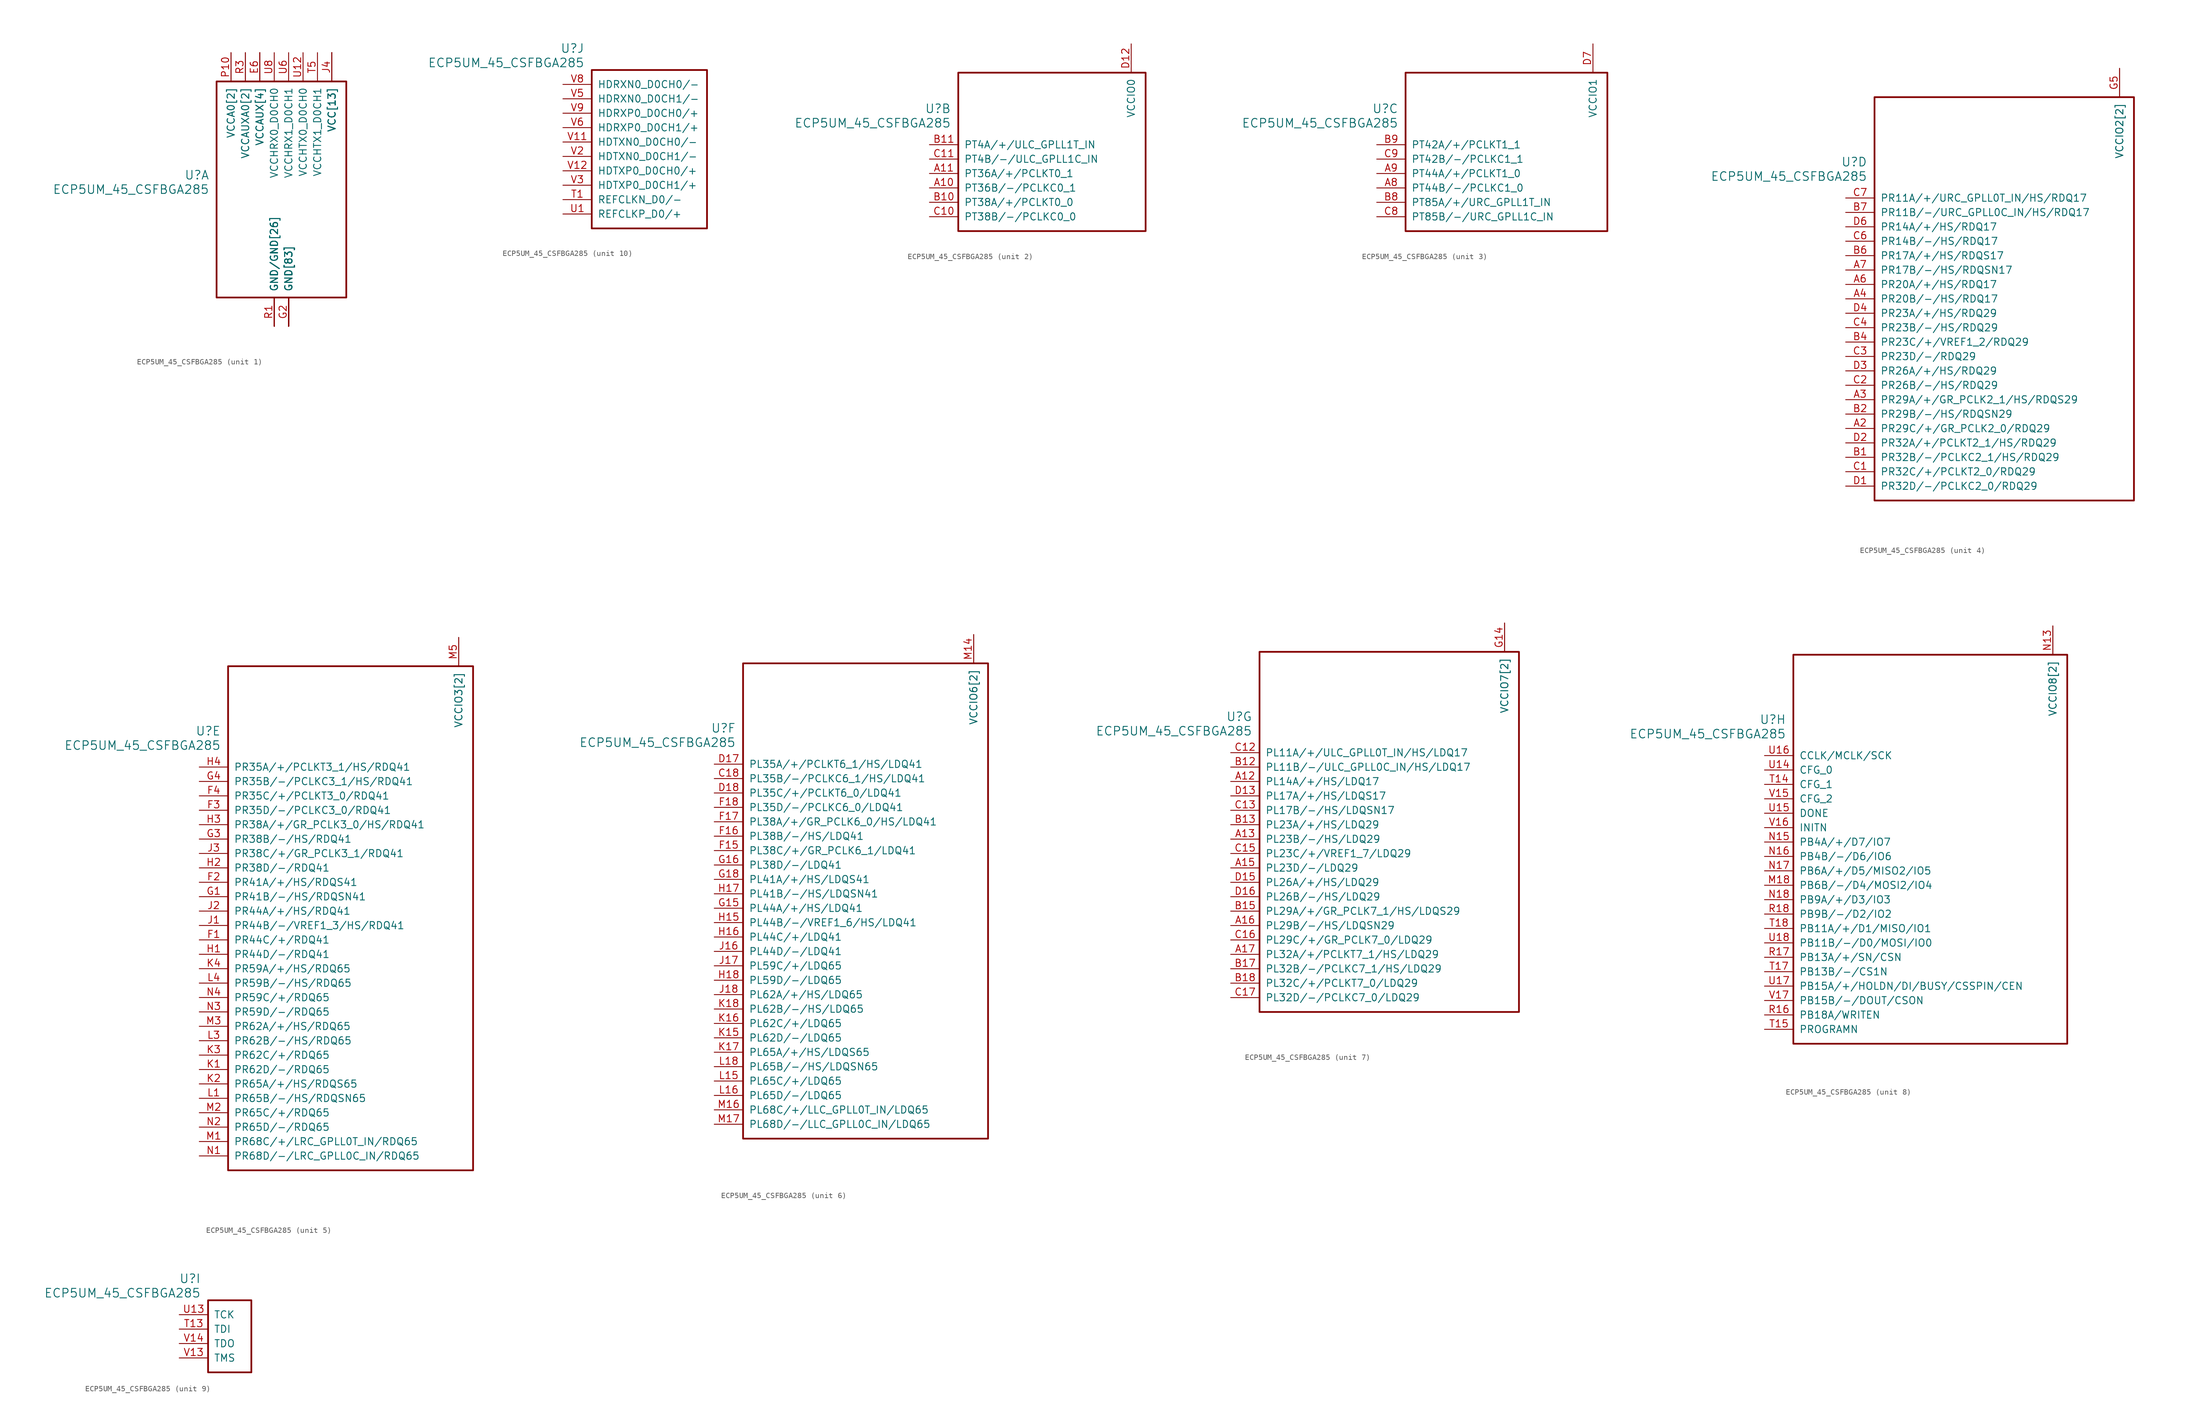
<source format=kicad_sym>
(kicad_symbol_lib
  (version 20241209)
  (generator "kicad_symbol_editor")
  (generator_version "9.0")
  (symbol "ECP5UM_45_CSFBGA285"
    (pin_names
      (offset 1.016))
    (property "Reference" "U"
      (at 3.81 6.35 0)
      (effects (font (size 1.524 1.524)) (justify right)))
    (property "Value" "ECP5UM_45_CSFBGA285"
      (at 3.81 3.81 0)
      (effects (font (size 1.524 1.524)) (justify right)))
    (property "ki_locked" ""
      (at 0 0 0)
      (effects (font (size 1.27 1.27))))
    (symbol "ECP5UM_45_CSFBGA285_1_1"
      (rectangle (start 5.08 22.86) (end 27.94 -15.24) (stroke (width 0.305) (type solid)) (fill (type none)))
      (pin power_in line (at 7.62 27.94 270) (length 5.08) (name "VCCA0[2]" (effects (font (size 1.27 1.27)))) (number "P10" (effects (font (size 1.27 1.27)))))
      (pin power_in line (at 7.62 27.94 270) (length 5.08) (name "VCCA0[2]" (effects (font (size 1.27 1.27)))) (number "R10" (effects (font (size 0 0)))))
      (pin power_in line (at 10.16 27.94 270) (length 5.08) (name "VCCAUXA0[2]" (effects (font (size 1.27 1.27)))) (number "P5" (effects (font (size 0 0)))))
      (pin power_in line (at 10.16 27.94 270) (length 5.08) (name "VCCAUXA0[2]" (effects (font (size 1.27 1.27)))) (number "R3" (effects (font (size 1.27 1.27)))))
      (pin power_in line (at 12.7 27.94 270) (length 5.08) (name "VCCAUX[4]" (effects (font (size 1.27 1.27)))) (number "E13" (effects (font (size 0 0)))))
      (pin power_in line (at 12.7 27.94 270) (length 5.08) (name "VCCAUX[4]" (effects (font (size 1.27 1.27)))) (number "E6" (effects (font (size 1.27 1.27)))))
      (pin power_in line (at 12.7 27.94 270) (length 5.08) (name "VCCAUX[4]" (effects (font (size 1.27 1.27)))) (number "N6" (effects (font (size 0 0)))))
      (pin power_in line (at 12.7 27.94 270) (length 5.08) (name "VCCAUX[4]" (effects (font (size 1.27 1.27)))) (number "P13" (effects (font (size 0 0)))))
      (pin power_in line (at 15.24 27.94 270) (length 5.08) (name "VCCHRX0_D0CH0" (effects (font (size 1.27 1.27)))) (number "U8" (effects (font (size 1.27 1.27)))))
      (pin power_in line (at 15.24 -20.32 90) (length 5.08) (name "GND/GND[26]" (effects (font (size 1.27 1.27)))) (number "P12" (effects (font (size 0 0)))))
      (pin power_in line (at 15.24 -20.32 90) (length 5.08) (name "GND/GND[26]" (effects (font (size 1.27 1.27)))) (number "P6" (effects (font (size 0 0)))))
      (pin power_in line (at 15.24 -20.32 90) (length 5.08) (name "GND/GND[26]" (effects (font (size 1.27 1.27)))) (number "P8" (effects (font (size 0 0)))))
      (pin power_in line (at 15.24 -20.32 90) (length 5.08) (name "GND/GND[26]" (effects (font (size 1.27 1.27)))) (number "R1" (effects (font (size 1.27 1.27)))))
      (pin power_in line (at 15.24 -20.32 90) (length 5.08) (name "GND/GND[26]" (effects (font (size 1.27 1.27)))) (number "R2" (effects (font (size 0 0)))))
      (pin power_in line (at 15.24 -20.32 90) (length 5.08) (name "GND/GND[26]" (effects (font (size 1.27 1.27)))) (number "T10" (effects (font (size 0 0)))))
      (pin power_in line (at 15.24 -20.32 90) (length 5.08) (name "GND/GND[26]" (effects (font (size 1.27 1.27)))) (number "T11" (effects (font (size 0 0)))))
      (pin power_in line (at 15.24 -20.32 90) (length 5.08) (name "GND/GND[26]" (effects (font (size 1.27 1.27)))) (number "T12" (effects (font (size 0 0)))))
      (pin power_in line (at 15.24 -20.32 90) (length 5.08) (name "GND/GND[26]" (effects (font (size 1.27 1.27)))) (number "T2" (effects (font (size 0 0)))))
      (pin power_in line (at 15.24 -20.32 90) (length 5.08) (name "GND/GND[26]" (effects (font (size 1.27 1.27)))) (number "T3" (effects (font (size 0 0)))))
      (pin power_in line (at 15.24 -20.32 90) (length 5.08) (name "GND/GND[26]" (effects (font (size 1.27 1.27)))) (number "T4" (effects (font (size 0 0)))))
      (pin power_in line (at 15.24 -20.32 90) (length 5.08) (name "GND/GND[26]" (effects (font (size 1.27 1.27)))) (number "T6" (effects (font (size 0 0)))))
      (pin power_in line (at 15.24 -20.32 90) (length 5.08) (name "GND/GND[26]" (effects (font (size 1.27 1.27)))) (number "T7" (effects (font (size 0 0)))))
      (pin power_in line (at 15.24 -20.32 90) (length 5.08) (name "GND/GND[26]" (effects (font (size 1.27 1.27)))) (number "T8" (effects (font (size 0 0)))))
      (pin power_in line (at 15.24 -20.32 90) (length 5.08) (name "GND/GND[26]" (effects (font (size 1.27 1.27)))) (number "T9" (effects (font (size 0 0)))))
      (pin power_in line (at 15.24 -20.32 90) (length 5.08) (name "GND/GND[26]" (effects (font (size 1.27 1.27)))) (number "U10" (effects (font (size 0 0)))))
      (pin power_in line (at 15.24 -20.32 90) (length 5.08) (name "GND/GND[26]" (effects (font (size 1.27 1.27)))) (number "U11" (effects (font (size 0 0)))))
      (pin power_in line (at 15.24 -20.32 90) (length 5.08) (name "GND/GND[26]" (effects (font (size 1.27 1.27)))) (number "U2" (effects (font (size 0 0)))))
      (pin power_in line (at 15.24 -20.32 90) (length 5.08) (name "GND/GND[26]" (effects (font (size 1.27 1.27)))) (number "U3" (effects (font (size 0 0)))))
      (pin power_in line (at 15.24 -20.32 90) (length 5.08) (name "GND/GND[26]" (effects (font (size 1.27 1.27)))) (number "U4" (effects (font (size 0 0)))))
      (pin power_in line (at 15.24 -20.32 90) (length 5.08) (name "GND/GND[26]" (effects (font (size 1.27 1.27)))) (number "U5" (effects (font (size 0 0)))))
      (pin power_in line (at 15.24 -20.32 90) (length 5.08) (name "GND/GND[26]" (effects (font (size 1.27 1.27)))) (number "U7" (effects (font (size 0 0)))))
      (pin power_in line (at 15.24 -20.32 90) (length 5.08) (name "GND/GND[26]" (effects (font (size 1.27 1.27)))) (number "U9" (effects (font (size 0 0)))))
      (pin power_in line (at 15.24 -20.32 90) (length 5.08) (name "GND/GND[26]" (effects (font (size 1.27 1.27)))) (number "V10" (effects (font (size 0 0)))))
      (pin power_in line (at 15.24 -20.32 90) (length 5.08) (name "GND/GND[26]" (effects (font (size 1.27 1.27)))) (number "V4" (effects (font (size 0 0)))))
      (pin power_in line (at 15.24 -20.32 90) (length 5.08) (name "GND/GND[26]" (effects (font (size 1.27 1.27)))) (number "V7" (effects (font (size 0 0)))))
      (pin power_in line (at 17.78 27.94 270) (length 5.08) (name "VCCHRX1_D0CH1" (effects (font (size 1.27 1.27)))) (number "U6" (effects (font (size 1.27 1.27)))))
      (pin power_in line (at 17.78 -20.32 90) (length 5.08) (name "GND[83]" (effects (font (size 1.27 1.27)))) (number "B16" (effects (font (size 0 0)))))
      (pin power_in line (at 17.78 -20.32 90) (length 5.08) (name "GND[83]" (effects (font (size 1.27 1.27)))) (number "B3" (effects (font (size 0 0)))))
      (pin power_in line (at 17.78 -20.32 90) (length 5.08) (name "GND[83]" (effects (font (size 1.27 1.27)))) (number "E10" (effects (font (size 0 0)))))
      (pin power_in line (at 17.78 -20.32 90) (length 5.08) (name "GND[83]" (effects (font (size 1.27 1.27)))) (number "E11" (effects (font (size 0 0)))))
      (pin power_in line (at 17.78 -20.32 90) (length 5.08) (name "GND[83]" (effects (font (size 1.27 1.27)))) (number "E12" (effects (font (size 0 0)))))
      (pin power_in line (at 17.78 -20.32 90) (length 5.08) (name "GND[83]" (effects (font (size 1.27 1.27)))) (number "E14" (effects (font (size 0 0)))))
      (pin power_in line (at 17.78 -20.32 90) (length 5.08) (name "GND[83]" (effects (font (size 1.27 1.27)))) (number "E5" (effects (font (size 0 0)))))
      (pin power_in line (at 17.78 -20.32 90) (length 5.08) (name "GND[83]" (effects (font (size 1.27 1.27)))) (number "E7" (effects (font (size 0 0)))))
      (pin power_in line (at 17.78 -20.32 90) (length 5.08) (name "GND[83]" (effects (font (size 1.27 1.27)))) (number "E8" (effects (font (size 0 0)))))
      (pin power_in line (at 17.78 -20.32 90) (length 5.08) (name "GND[83]" (effects (font (size 1.27 1.27)))) (number "E9" (effects (font (size 0 0)))))
      (pin power_in line (at 17.78 -20.32 90) (length 5.08) (name "GND[83]" (effects (font (size 1.27 1.27)))) (number "F10" (effects (font (size 0 0)))))
      (pin power_in line (at 17.78 -20.32 90) (length 5.08) (name "GND[83]" (effects (font (size 1.27 1.27)))) (number "F11" (effects (font (size 0 0)))))
      (pin power_in line (at 17.78 -20.32 90) (length 5.08) (name "GND[83]" (effects (font (size 1.27 1.27)))) (number "F12" (effects (font (size 0 0)))))
      (pin power_in line (at 17.78 -20.32 90) (length 5.08) (name "GND[83]" (effects (font (size 1.27 1.27)))) (number "F13" (effects (font (size 0 0)))))
      (pin power_in line (at 17.78 -20.32 90) (length 5.08) (name "GND[83]" (effects (font (size 1.27 1.27)))) (number "F14" (effects (font (size 0 0)))))
      (pin power_in line (at 17.78 -20.32 90) (length 5.08) (name "GND[83]" (effects (font (size 1.27 1.27)))) (number "F5" (effects (font (size 0 0)))))
      (pin power_in line (at 17.78 -20.32 90) (length 5.08) (name "GND[83]" (effects (font (size 1.27 1.27)))) (number "F6" (effects (font (size 0 0)))))
      (pin power_in line (at 17.78 -20.32 90) (length 5.08) (name "GND[83]" (effects (font (size 1.27 1.27)))) (number "F7" (effects (font (size 0 0)))))
      (pin power_in line (at 17.78 -20.32 90) (length 5.08) (name "GND[83]" (effects (font (size 1.27 1.27)))) (number "F8" (effects (font (size 0 0)))))
      (pin power_in line (at 17.78 -20.32 90) (length 5.08) (name "GND[83]" (effects (font (size 1.27 1.27)))) (number "F9" (effects (font (size 0 0)))))
      (pin power_in line (at 17.78 -20.32 90) (length 5.08) (name "GND[83]" (effects (font (size 1.27 1.27)))) (number "G10" (effects (font (size 0 0)))))
      (pin power_in line (at 17.78 -20.32 90) (length 5.08) (name "GND[83]" (effects (font (size 1.27 1.27)))) (number "G11" (effects (font (size 0 0)))))
      (pin power_in line (at 17.78 -20.32 90) (length 5.08) (name "GND[83]" (effects (font (size 1.27 1.27)))) (number "G12" (effects (font (size 0 0)))))
      (pin power_in line (at 17.78 -20.32 90) (length 5.08) (name "GND[83]" (effects (font (size 1.27 1.27)))) (number "G13" (effects (font (size 0 0)))))
      (pin power_in line (at 17.78 -20.32 90) (length 5.08) (name "GND[83]" (effects (font (size 1.27 1.27)))) (number "G17" (effects (font (size 0 0)))))
      (pin power_in line (at 17.78 -20.32 90) (length 5.08) (name "GND[83]" (effects (font (size 1.27 1.27)))) (number "G2" (effects (font (size 1.27 1.27)))))
      (pin power_in line (at 17.78 -20.32 90) (length 5.08) (name "GND[83]" (effects (font (size 1.27 1.27)))) (number "G6" (effects (font (size 0 0)))))
      (pin power_in line (at 17.78 -20.32 90) (length 5.08) (name "GND[83]" (effects (font (size 1.27 1.27)))) (number "G7" (effects (font (size 0 0)))))
      (pin power_in line (at 17.78 -20.32 90) (length 5.08) (name "GND[83]" (effects (font (size 1.27 1.27)))) (number "G8" (effects (font (size 0 0)))))
      (pin power_in line (at 17.78 -20.32 90) (length 5.08) (name "GND[83]" (effects (font (size 1.27 1.27)))) (number "G9" (effects (font (size 0 0)))))
      (pin power_in line (at 17.78 -20.32 90) (length 5.08) (name "GND[83]" (effects (font (size 1.27 1.27)))) (number "H10" (effects (font (size 0 0)))))
      (pin power_in line (at 17.78 -20.32 90) (length 5.08) (name "GND[83]" (effects (font (size 1.27 1.27)))) (number "H11" (effects (font (size 0 0)))))
      (pin power_in line (at 17.78 -20.32 90) (length 5.08) (name "GND[83]" (effects (font (size 1.27 1.27)))) (number "H12" (effects (font (size 0 0)))))
      (pin power_in line (at 17.78 -20.32 90) (length 5.08) (name "GND[83]" (effects (font (size 1.27 1.27)))) (number "H13" (effects (font (size 0 0)))))
      (pin power_in line (at 17.78 -20.32 90) (length 5.08) (name "GND[83]" (effects (font (size 1.27 1.27)))) (number "H6" (effects (font (size 0 0)))))
      (pin power_in line (at 17.78 -20.32 90) (length 5.08) (name "GND[83]" (effects (font (size 1.27 1.27)))) (number "H7" (effects (font (size 0 0)))))
      (pin power_in line (at 17.78 -20.32 90) (length 5.08) (name "GND[83]" (effects (font (size 1.27 1.27)))) (number "H8" (effects (font (size 0 0)))))
      (pin power_in line (at 17.78 -20.32 90) (length 5.08) (name "GND[83]" (effects (font (size 1.27 1.27)))) (number "H9" (effects (font (size 0 0)))))
      (pin power_in line (at 17.78 -20.32 90) (length 5.08) (name "GND[83]" (effects (font (size 1.27 1.27)))) (number "J10" (effects (font (size 0 0)))))
      (pin power_in line (at 17.78 -20.32 90) (length 5.08) (name "GND[83]" (effects (font (size 1.27 1.27)))) (number "J11" (effects (font (size 0 0)))))
      (pin power_in line (at 17.78 -20.32 90) (length 5.08) (name "GND[83]" (effects (font (size 1.27 1.27)))) (number "J12" (effects (font (size 0 0)))))
      (pin power_in line (at 17.78 -20.32 90) (length 5.08) (name "GND[83]" (effects (font (size 1.27 1.27)))) (number "J13" (effects (font (size 0 0)))))
      (pin power_in line (at 17.78 -20.32 90) (length 5.08) (name "GND[83]" (effects (font (size 1.27 1.27)))) (number "J6" (effects (font (size 0 0)))))
      (pin power_in line (at 17.78 -20.32 90) (length 5.08) (name "GND[83]" (effects (font (size 1.27 1.27)))) (number "J7" (effects (font (size 0 0)))))
      (pin power_in line (at 17.78 -20.32 90) (length 5.08) (name "GND[83]" (effects (font (size 1.27 1.27)))) (number "J8" (effects (font (size 0 0)))))
      (pin power_in line (at 17.78 -20.32 90) (length 5.08) (name "GND[83]" (effects (font (size 1.27 1.27)))) (number "J9" (effects (font (size 0 0)))))
      (pin power_in line (at 17.78 -20.32 90) (length 5.08) (name "GND[83]" (effects (font (size 1.27 1.27)))) (number "K10" (effects (font (size 0 0)))))
      (pin power_in line (at 17.78 -20.32 90) (length 5.08) (name "GND[83]" (effects (font (size 1.27 1.27)))) (number "K11" (effects (font (size 0 0)))))
      (pin power_in line (at 17.78 -20.32 90) (length 5.08) (name "GND[83]" (effects (font (size 1.27 1.27)))) (number "K12" (effects (font (size 0 0)))))
      (pin power_in line (at 17.78 -20.32 90) (length 5.08) (name "GND[83]" (effects (font (size 1.27 1.27)))) (number "K13" (effects (font (size 0 0)))))
      (pin power_in line (at 17.78 -20.32 90) (length 5.08) (name "GND[83]" (effects (font (size 1.27 1.27)))) (number "K14" (effects (font (size 0 0)))))
      (pin power_in line (at 17.78 -20.32 90) (length 5.08) (name "GND[83]" (effects (font (size 1.27 1.27)))) (number "K5" (effects (font (size 0 0)))))
      (pin power_in line (at 17.78 -20.32 90) (length 5.08) (name "GND[83]" (effects (font (size 1.27 1.27)))) (number "K6" (effects (font (size 0 0)))))
      (pin power_in line (at 17.78 -20.32 90) (length 5.08) (name "GND[83]" (effects (font (size 1.27 1.27)))) (number "K7" (effects (font (size 0 0)))))
      (pin power_in line (at 17.78 -20.32 90) (length 5.08) (name "GND[83]" (effects (font (size 1.27 1.27)))) (number "K8" (effects (font (size 0 0)))))
      (pin power_in line (at 17.78 -20.32 90) (length 5.08) (name "GND[83]" (effects (font (size 1.27 1.27)))) (number "K9" (effects (font (size 0 0)))))
      (pin power_in line (at 17.78 -20.32 90) (length 5.08) (name "GND[83]" (effects (font (size 1.27 1.27)))) (number "L10" (effects (font (size 0 0)))))
      (pin power_in line (at 17.78 -20.32 90) (length 5.08) (name "GND[83]" (effects (font (size 1.27 1.27)))) (number "L11" (effects (font (size 0 0)))))
      (pin power_in line (at 17.78 -20.32 90) (length 5.08) (name "GND[83]" (effects (font (size 1.27 1.27)))) (number "L12" (effects (font (size 0 0)))))
      (pin power_in line (at 17.78 -20.32 90) (length 5.08) (name "GND[83]" (effects (font (size 1.27 1.27)))) (number "L13" (effects (font (size 0 0)))))
      (pin power_in line (at 17.78 -20.32 90) (length 5.08) (name "GND[83]" (effects (font (size 1.27 1.27)))) (number "L14" (effects (font (size 0 0)))))
      (pin power_in line (at 17.78 -20.32 90) (length 5.08) (name "GND[83]" (effects (font (size 1.27 1.27)))) (number "L17" (effects (font (size 0 0)))))
      (pin power_in line (at 17.78 -20.32 90) (length 5.08) (name "GND[83]" (effects (font (size 1.27 1.27)))) (number "L2" (effects (font (size 0 0)))))
      (pin power_in line (at 17.78 -20.32 90) (length 5.08) (name "GND[83]" (effects (font (size 1.27 1.27)))) (number "L5" (effects (font (size 0 0)))))
      (pin power_in line (at 17.78 -20.32 90) (length 5.08) (name "GND[83]" (effects (font (size 1.27 1.27)))) (number "L6" (effects (font (size 0 0)))))
      (pin power_in line (at 17.78 -20.32 90) (length 5.08) (name "GND[83]" (effects (font (size 1.27 1.27)))) (number "L7" (effects (font (size 0 0)))))
      (pin power_in line (at 17.78 -20.32 90) (length 5.08) (name "GND[83]" (effects (font (size 1.27 1.27)))) (number "L8" (effects (font (size 0 0)))))
      (pin power_in line (at 17.78 -20.32 90) (length 5.08) (name "GND[83]" (effects (font (size 1.27 1.27)))) (number "L9" (effects (font (size 0 0)))))
      (pin power_in line (at 17.78 -20.32 90) (length 5.08) (name "GND[83]" (effects (font (size 1.27 1.27)))) (number "M10" (effects (font (size 0 0)))))
      (pin power_in line (at 17.78 -20.32 90) (length 5.08) (name "GND[83]" (effects (font (size 1.27 1.27)))) (number "M11" (effects (font (size 0 0)))))
      (pin power_in line (at 17.78 -20.32 90) (length 5.08) (name "GND[83]" (effects (font (size 1.27 1.27)))) (number "M12" (effects (font (size 0 0)))))
      (pin power_in line (at 17.78 -20.32 90) (length 5.08) (name "GND[83]" (effects (font (size 1.27 1.27)))) (number "M13" (effects (font (size 0 0)))))
      (pin power_in line (at 17.78 -20.32 90) (length 5.08) (name "GND[83]" (effects (font (size 1.27 1.27)))) (number "M6" (effects (font (size 0 0)))))
      (pin power_in line (at 17.78 -20.32 90) (length 5.08) (name "GND[83]" (effects (font (size 1.27 1.27)))) (number "M7" (effects (font (size 0 0)))))
      (pin power_in line (at 17.78 -20.32 90) (length 5.08) (name "GND[83]" (effects (font (size 1.27 1.27)))) (number "M8" (effects (font (size 0 0)))))
      (pin power_in line (at 17.78 -20.32 90) (length 5.08) (name "GND[83]" (effects (font (size 1.27 1.27)))) (number "M9" (effects (font (size 0 0)))))
      (pin power_in line (at 17.78 -20.32 90) (length 5.08) (name "GND[83]" (effects (font (size 1.27 1.27)))) (number "N10" (effects (font (size 0 0)))))
      (pin power_in line (at 17.78 -20.32 90) (length 5.08) (name "GND[83]" (effects (font (size 1.27 1.27)))) (number "N11" (effects (font (size 0 0)))))
      (pin power_in line (at 17.78 -20.32 90) (length 5.08) (name "GND[83]" (effects (font (size 1.27 1.27)))) (number "N12" (effects (font (size 0 0)))))
      (pin power_in line (at 17.78 -20.32 90) (length 5.08) (name "GND[83]" (effects (font (size 1.27 1.27)))) (number "N7" (effects (font (size 0 0)))))
      (pin power_in line (at 17.78 -20.32 90) (length 5.08) (name "GND[83]" (effects (font (size 1.27 1.27)))) (number "N8" (effects (font (size 0 0)))))
      (pin power_in line (at 17.78 -20.32 90) (length 5.08) (name "GND[83]" (effects (font (size 1.27 1.27)))) (number "N9" (effects (font (size 0 0)))))
      (pin power_in line (at 17.78 -20.32 90) (length 5.08) (name "GND[83]" (effects (font (size 1.27 1.27)))) (number "T16" (effects (font (size 0 0)))))
      (pin power_in line (at 20.32 27.94 270) (length 5.08) (name "VCCHTX0_D0CH0" (effects (font (size 1.27 1.27)))) (number "U12" (effects (font (size 1.27 1.27)))))
      (pin power_in line (at 22.86 27.94 270) (length 5.08) (name "VCCHTX1_D0CH1" (effects (font (size 1.27 1.27)))) (number "T5" (effects (font (size 1.27 1.27)))))
      (pin power_in line (at 25.4 27.94 270) (length 5.08) (name "VCC[13]" (effects (font (size 1.27 1.27)))) (number "D10" (effects (font (size 0 0)))))
      (pin power_in line (at 25.4 27.94 270) (length 5.08) (name "VCC[13]" (effects (font (size 1.27 1.27)))) (number "D11" (effects (font (size 0 0)))))
      (pin power_in line (at 25.4 27.94 270) (length 5.08) (name "VCC[13]" (effects (font (size 1.27 1.27)))) (number "D8" (effects (font (size 0 0)))))
      (pin power_in line (at 25.4 27.94 270) (length 5.08) (name "VCC[13]" (effects (font (size 1.27 1.27)))) (number "D9" (effects (font (size 0 0)))))
      (pin power_in line (at 25.4 27.94 270) (length 5.08) (name "VCC[13]" (effects (font (size 1.27 1.27)))) (number "J14" (effects (font (size 0 0)))))
      (pin power_in line (at 25.4 27.94 270) (length 5.08) (name "VCC[13]" (effects (font (size 1.27 1.27)))) (number "J15" (effects (font (size 0 0)))))
      (pin power_in line (at 25.4 27.94 270) (length 5.08) (name "VCC[13]" (effects (font (size 1.27 1.27)))) (number "J4" (effects (font (size 1.27 1.27)))))
      (pin power_in line (at 25.4 27.94 270) (length 5.08) (name "VCC[13]" (effects (font (size 1.27 1.27)))) (number "J5" (effects (font (size 0 0)))))
      (pin power_in line (at 25.4 27.94 270) (length 5.08) (name "VCC[13]" (effects (font (size 1.27 1.27)))) (number "M15" (effects (font (size 0 0)))))
      (pin power_in line (at 25.4 27.94 270) (length 5.08) (name "VCC[13]" (effects (font (size 1.27 1.27)))) (number "M4" (effects (font (size 0 0)))))
      (pin power_in line (at 25.4 27.94 270) (length 5.08) (name "VCC[13]" (effects (font (size 1.27 1.27)))) (number "P11" (effects (font (size 0 0)))))
      (pin power_in line (at 25.4 27.94 270) (length 5.08) (name "VCC[13]" (effects (font (size 1.27 1.27)))) (number "P7" (effects (font (size 0 0)))))
      (pin power_in line (at 25.4 27.94 270) (length 5.08) (name "VCC[13]" (effects (font (size 1.27 1.27)))) (number "P9" (effects (font (size 0 0))))))
    (symbol "ECP5UM_45_CSFBGA285_2_1"
      (rectangle (start 5.08 12.7) (end 38.1 -15.24) (stroke (width 0.305) (type solid)) (fill (type none)))
      (pin bidirectional line (at 0 0 0) (length 5.08) (name "PT4A/+/ULC_GPLL1T_IN" (effects (font (size 1.27 1.27)))) (number "B11" (effects (font (size 1.27 1.27)))))
      (pin bidirectional line (at 0 -2.54 0) (length 5.08) (name "PT4B/-/ULC_GPLL1C_IN" (effects (font (size 1.27 1.27)))) (number "C11" (effects (font (size 1.27 1.27)))))
      (pin bidirectional line (at 0 -5.08 0) (length 5.08) (name "PT36A/+/PCLKT0_1" (effects (font (size 1.27 1.27)))) (number "A11" (effects (font (size 1.27 1.27)))))
      (pin bidirectional line (at 0 -7.62 0) (length 5.08) (name "PT36B/-/PCLKC0_1" (effects (font (size 1.27 1.27)))) (number "A10" (effects (font (size 1.27 1.27)))))
      (pin bidirectional line (at 0 -10.16 0) (length 5.08) (name "PT38A/+/PCLKT0_0" (effects (font (size 1.27 1.27)))) (number "B10" (effects (font (size 1.27 1.27)))))
      (pin bidirectional line (at 0 -12.7 0) (length 5.08) (name "PT38B/-/PCLKC0_0" (effects (font (size 1.27 1.27)))) (number "C10" (effects (font (size 1.27 1.27)))))
      (pin power_in line (at 35.56 17.78 270) (length 5.08) (name "VCCIO0" (effects (font (size 1.27 1.27)))) (number "D12" (effects (font (size 1.27 1.27))))))
    (symbol "ECP5UM_45_CSFBGA285_3_1"
      (rectangle (start 5.08 12.7) (end 40.64 -15.24) (stroke (width 0.305) (type solid)) (fill (type none)))
      (pin bidirectional line (at 0 0 0) (length 5.08) (name "PT42A/+/PCLKT1_1" (effects (font (size 1.27 1.27)))) (number "B9" (effects (font (size 1.27 1.27)))))
      (pin bidirectional line (at 0 -2.54 0) (length 5.08) (name "PT42B/-/PCLKC1_1" (effects (font (size 1.27 1.27)))) (number "C9" (effects (font (size 1.27 1.27)))))
      (pin bidirectional line (at 0 -5.08 0) (length 5.08) (name "PT44A/+/PCLKT1_0" (effects (font (size 1.27 1.27)))) (number "A9" (effects (font (size 1.27 1.27)))))
      (pin bidirectional line (at 0 -7.62 0) (length 5.08) (name "PT44B/-/PCLKC1_0" (effects (font (size 1.27 1.27)))) (number "A8" (effects (font (size 1.27 1.27)))))
      (pin bidirectional line (at 0 -10.16 0) (length 5.08) (name "PT85A/+/URC_GPLL1T_IN" (effects (font (size 1.27 1.27)))) (number "B8" (effects (font (size 1.27 1.27)))))
      (pin bidirectional line (at 0 -12.7 0) (length 5.08) (name "PT85B/-/URC_GPLL1C_IN" (effects (font (size 1.27 1.27)))) (number "C8" (effects (font (size 1.27 1.27)))))
      (pin power_in line (at 38.1 17.78 270) (length 5.08) (name "VCCIO1" (effects (font (size 1.27 1.27)))) (number "D7" (effects (font (size 1.27 1.27))))))
    (symbol "ECP5UM_45_CSFBGA285_4_1"
      (rectangle (start 5.08 17.78) (end 50.8 -53.34) (stroke (width 0.305) (type solid)) (fill (type none)))
      (pin bidirectional line (at 0 0 0) (length 5.08) (name "PR11A/+/URC_GPLL0T_IN/HS/RDQ17" (effects (font (size 1.27 1.27)))) (number "C7" (effects (font (size 1.27 1.27)))))
      (pin bidirectional line (at 0 -2.54 0) (length 5.08) (name "PR11B/-/URC_GPLL0C_IN/HS/RDQ17" (effects (font (size 1.27 1.27)))) (number "B7" (effects (font (size 1.27 1.27)))))
      (pin bidirectional line (at 0 -5.08 0) (length 5.08) (name "PR14A/+/HS/RDQ17" (effects (font (size 1.27 1.27)))) (number "D6" (effects (font (size 1.27 1.27)))))
      (pin bidirectional line (at 0 -7.62 0) (length 5.08) (name "PR14B/-/HS/RDQ17" (effects (font (size 1.27 1.27)))) (number "C6" (effects (font (size 1.27 1.27)))))
      (pin bidirectional line (at 0 -10.16 0) (length 5.08) (name "PR17A/+/HS/RDQS17" (effects (font (size 1.27 1.27)))) (number "B6" (effects (font (size 1.27 1.27)))))
      (pin bidirectional line (at 0 -12.7 0) (length 5.08) (name "PR17B/-/HS/RDQSN17" (effects (font (size 1.27 1.27)))) (number "A7" (effects (font (size 1.27 1.27)))))
      (pin bidirectional line (at 0 -15.24 0) (length 5.08) (name "PR20A/+/HS/RDQ17" (effects (font (size 1.27 1.27)))) (number "A6" (effects (font (size 1.27 1.27)))))
      (pin bidirectional line (at 0 -17.78 0) (length 5.08) (name "PR20B/-/HS/RDQ17" (effects (font (size 1.27 1.27)))) (number "A4" (effects (font (size 1.27 1.27)))))
      (pin bidirectional line (at 0 -20.32 0) (length 5.08) (name "PR23A/+/HS/RDQ29" (effects (font (size 1.27 1.27)))) (number "D4" (effects (font (size 1.27 1.27)))))
      (pin bidirectional line (at 0 -22.86 0) (length 5.08) (name "PR23B/-/HS/RDQ29" (effects (font (size 1.27 1.27)))) (number "C4" (effects (font (size 1.27 1.27)))))
      (pin bidirectional line (at 0 -25.4 0) (length 5.08) (name "PR23C/+/VREF1_2/RDQ29" (effects (font (size 1.27 1.27)))) (number "B4" (effects (font (size 1.27 1.27)))))
      (pin bidirectional line (at 0 -27.94 0) (length 5.08) (name "PR23D/-/RDQ29" (effects (font (size 1.27 1.27)))) (number "C3" (effects (font (size 1.27 1.27)))))
      (pin bidirectional line (at 0 -30.48 0) (length 5.08) (name "PR26A/+/HS/RDQ29" (effects (font (size 1.27 1.27)))) (number "D3" (effects (font (size 1.27 1.27)))))
      (pin bidirectional line (at 0 -33.02 0) (length 5.08) (name "PR26B/-/HS/RDQ29" (effects (font (size 1.27 1.27)))) (number "C2" (effects (font (size 1.27 1.27)))))
      (pin bidirectional line (at 0 -35.56 0) (length 5.08) (name "PR29A/+/GR_PCLK2_1/HS/RDQS29" (effects (font (size 1.27 1.27)))) (number "A3" (effects (font (size 1.27 1.27)))))
      (pin bidirectional line (at 0 -38.1 0) (length 5.08) (name "PR29B/-/HS/RDQSN29" (effects (font (size 1.27 1.27)))) (number "B2" (effects (font (size 1.27 1.27)))))
      (pin bidirectional line (at 0 -40.64 0) (length 5.08) (name "PR29C/+/GR_PCLK2_0/RDQ29" (effects (font (size 1.27 1.27)))) (number "A2" (effects (font (size 1.27 1.27)))))
      (pin bidirectional line (at 0 -43.18 0) (length 5.08) (name "PR32A/+/PCLKT2_1/HS/RDQ29" (effects (font (size 1.27 1.27)))) (number "D2" (effects (font (size 1.27 1.27)))))
      (pin bidirectional line (at 0 -45.72 0) (length 5.08) (name "PR32B/-/PCLKC2_1/HS/RDQ29" (effects (font (size 1.27 1.27)))) (number "B1" (effects (font (size 1.27 1.27)))))
      (pin bidirectional line (at 0 -48.26 0) (length 5.08) (name "PR32C/+/PCLKT2_0/RDQ29" (effects (font (size 1.27 1.27)))) (number "C1" (effects (font (size 1.27 1.27)))))
      (pin bidirectional line (at 0 -50.8 0) (length 5.08) (name "PR32D/-/PCLKC2_0/RDQ29" (effects (font (size 1.27 1.27)))) (number "D1" (effects (font (size 1.27 1.27)))))
      (pin power_in line (at 48.26 22.86 270) (length 5.08) (name "VCCIO2[2]" (effects (font (size 1.27 1.27)))) (number "G5" (effects (font (size 1.27 1.27)))))
      (pin power_in line (at 48.26 22.86 270) (length 5.08) (name "VCCIO2[2]" (effects (font (size 1.27 1.27)))) (number "H5" (effects (font (size 0 0))))))
    (symbol "ECP5UM_45_CSFBGA285_5_1"
      (rectangle (start 5.08 17.78) (end 48.26 -71.12) (stroke (width 0.305) (type solid)) (fill (type none)))
      (pin bidirectional line (at 0 0 0) (length 5.08) (name "PR35A/+/PCLKT3_1/HS/RDQ41" (effects (font (size 1.27 1.27)))) (number "H4" (effects (font (size 1.27 1.27)))))
      (pin bidirectional line (at 0 -2.54 0) (length 5.08) (name "PR35B/-/PCLKC3_1/HS/RDQ41" (effects (font (size 1.27 1.27)))) (number "G4" (effects (font (size 1.27 1.27)))))
      (pin bidirectional line (at 0 -5.08 0) (length 5.08) (name "PR35C/+/PCLKT3_0/RDQ41" (effects (font (size 1.27 1.27)))) (number "F4" (effects (font (size 1.27 1.27)))))
      (pin bidirectional line (at 0 -7.62 0) (length 5.08) (name "PR35D/-/PCLKC3_0/RDQ41" (effects (font (size 1.27 1.27)))) (number "F3" (effects (font (size 1.27 1.27)))))
      (pin bidirectional line (at 0 -10.16 0) (length 5.08) (name "PR38A/+/GR_PCLK3_0/HS/RDQ41" (effects (font (size 1.27 1.27)))) (number "H3" (effects (font (size 1.27 1.27)))))
      (pin bidirectional line (at 0 -12.7 0) (length 5.08) (name "PR38B/-/HS/RDQ41" (effects (font (size 1.27 1.27)))) (number "G3" (effects (font (size 1.27 1.27)))))
      (pin bidirectional line (at 0 -15.24 0) (length 5.08) (name "PR38C/+/GR_PCLK3_1/RDQ41" (effects (font (size 1.27 1.27)))) (number "J3" (effects (font (size 1.27 1.27)))))
      (pin bidirectional line (at 0 -17.78 0) (length 5.08) (name "PR38D/-/RDQ41" (effects (font (size 1.27 1.27)))) (number "H2" (effects (font (size 1.27 1.27)))))
      (pin bidirectional line (at 0 -20.32 0) (length 5.08) (name "PR41A/+/HS/RDQS41" (effects (font (size 1.27 1.27)))) (number "F2" (effects (font (size 1.27 1.27)))))
      (pin bidirectional line (at 0 -22.86 0) (length 5.08) (name "PR41B/-/HS/RDQSN41" (effects (font (size 1.27 1.27)))) (number "G1" (effects (font (size 1.27 1.27)))))
      (pin bidirectional line (at 0 -25.4 0) (length 5.08) (name "PR44A/+/HS/RDQ41" (effects (font (size 1.27 1.27)))) (number "J2" (effects (font (size 1.27 1.27)))))
      (pin bidirectional line (at 0 -27.94 0) (length 5.08) (name "PR44B/-/VREF1_3/HS/RDQ41" (effects (font (size 1.27 1.27)))) (number "J1" (effects (font (size 1.27 1.27)))))
      (pin bidirectional line (at 0 -30.48 0) (length 5.08) (name "PR44C/+/RDQ41" (effects (font (size 1.27 1.27)))) (number "F1" (effects (font (size 1.27 1.27)))))
      (pin bidirectional line (at 0 -33.02 0) (length 5.08) (name "PR44D/-/RDQ41" (effects (font (size 1.27 1.27)))) (number "H1" (effects (font (size 1.27 1.27)))))
      (pin bidirectional line (at 0 -35.56 0) (length 5.08) (name "PR59A/+/HS/RDQ65" (effects (font (size 1.27 1.27)))) (number "K4" (effects (font (size 1.27 1.27)))))
      (pin bidirectional line (at 0 -38.1 0) (length 5.08) (name "PR59B/-/HS/RDQ65" (effects (font (size 1.27 1.27)))) (number "L4" (effects (font (size 1.27 1.27)))))
      (pin bidirectional line (at 0 -40.64 0) (length 5.08) (name "PR59C/+/RDQ65" (effects (font (size 1.27 1.27)))) (number "N4" (effects (font (size 1.27 1.27)))))
      (pin bidirectional line (at 0 -43.18 0) (length 5.08) (name "PR59D/-/RDQ65" (effects (font (size 1.27 1.27)))) (number "N3" (effects (font (size 1.27 1.27)))))
      (pin bidirectional line (at 0 -45.72 0) (length 5.08) (name "PR62A/+/HS/RDQ65" (effects (font (size 1.27 1.27)))) (number "M3" (effects (font (size 1.27 1.27)))))
      (pin bidirectional line (at 0 -48.26 0) (length 5.08) (name "PR62B/-/HS/RDQ65" (effects (font (size 1.27 1.27)))) (number "L3" (effects (font (size 1.27 1.27)))))
      (pin bidirectional line (at 0 -50.8 0) (length 5.08) (name "PR62C/+/RDQ65" (effects (font (size 1.27 1.27)))) (number "K3" (effects (font (size 1.27 1.27)))))
      (pin bidirectional line (at 0 -53.34 0) (length 5.08) (name "PR62D/-/RDQ65" (effects (font (size 1.27 1.27)))) (number "K1" (effects (font (size 1.27 1.27)))))
      (pin bidirectional line (at 0 -55.88 0) (length 5.08) (name "PR65A/+/HS/RDQS65" (effects (font (size 1.27 1.27)))) (number "K2" (effects (font (size 1.27 1.27)))))
      (pin bidirectional line (at 0 -58.42 0) (length 5.08) (name "PR65B/-/HS/RDQSN65" (effects (font (size 1.27 1.27)))) (number "L1" (effects (font (size 1.27 1.27)))))
      (pin bidirectional line (at 0 -60.96 0) (length 5.08) (name "PR65C/+/RDQ65" (effects (font (size 1.27 1.27)))) (number "M2" (effects (font (size 1.27 1.27)))))
      (pin bidirectional line (at 0 -63.5 0) (length 5.08) (name "PR65D/-/RDQ65" (effects (font (size 1.27 1.27)))) (number "N2" (effects (font (size 1.27 1.27)))))
      (pin bidirectional line (at 0 -66.04 0) (length 5.08) (name "PR68C/+/LRC_GPLL0T_IN/RDQ65" (effects (font (size 1.27 1.27)))) (number "M1" (effects (font (size 1.27 1.27)))))
      (pin bidirectional line (at 0 -68.58 0) (length 5.08) (name "PR68D/-/LRC_GPLL0C_IN/RDQ65" (effects (font (size 1.27 1.27)))) (number "N1" (effects (font (size 1.27 1.27)))))
      (pin power_in line (at 45.72 22.86 270) (length 5.08) (name "VCCIO3[2]" (effects (font (size 1.27 1.27)))) (number "M5" (effects (font (size 1.27 1.27)))))
      (pin power_in line (at 45.72 22.86 270) (length 5.08) (name "VCCIO3[2]" (effects (font (size 1.27 1.27)))) (number "N5" (effects (font (size 0 0))))))
    (symbol "ECP5UM_45_CSFBGA285_6_1"
      (rectangle (start 5.08 17.78) (end 48.26 -66.04) (stroke (width 0.305) (type solid)) (fill (type none)))
      (pin bidirectional line (at 0 0 0) (length 5.08) (name "PL35A/+/PCLKT6_1/HS/LDQ41" (effects (font (size 1.27 1.27)))) (number "D17" (effects (font (size 1.27 1.27)))))
      (pin bidirectional line (at 0 -2.54 0) (length 5.08) (name "PL35B/-/PCLKC6_1/HS/LDQ41" (effects (font (size 1.27 1.27)))) (number "C18" (effects (font (size 1.27 1.27)))))
      (pin bidirectional line (at 0 -5.08 0) (length 5.08) (name "PL35C/+/PCLKT6_0/LDQ41" (effects (font (size 1.27 1.27)))) (number "D18" (effects (font (size 1.27 1.27)))))
      (pin bidirectional line (at 0 -7.62 0) (length 5.08) (name "PL35D/-/PCLKC6_0/LDQ41" (effects (font (size 1.27 1.27)))) (number "F18" (effects (font (size 1.27 1.27)))))
      (pin bidirectional line (at 0 -10.16 0) (length 5.08) (name "PL38A/+/GR_PCLK6_0/HS/LDQ41" (effects (font (size 1.27 1.27)))) (number "F17" (effects (font (size 1.27 1.27)))))
      (pin bidirectional line (at 0 -12.7 0) (length 5.08) (name "PL38B/-/HS/LDQ41" (effects (font (size 1.27 1.27)))) (number "F16" (effects (font (size 1.27 1.27)))))
      (pin bidirectional line (at 0 -15.24 0) (length 5.08) (name "PL38C/+/GR_PCLK6_1/LDQ41" (effects (font (size 1.27 1.27)))) (number "F15" (effects (font (size 1.27 1.27)))))
      (pin bidirectional line (at 0 -17.78 0) (length 5.08) (name "PL38D/-/LDQ41" (effects (font (size 1.27 1.27)))) (number "G16" (effects (font (size 1.27 1.27)))))
      (pin bidirectional line (at 0 -20.32 0) (length 5.08) (name "PL41A/+/HS/LDQS41" (effects (font (size 1.27 1.27)))) (number "G18" (effects (font (size 1.27 1.27)))))
      (pin bidirectional line (at 0 -22.86 0) (length 5.08) (name "PL41B/-/HS/LDQSN41" (effects (font (size 1.27 1.27)))) (number "H17" (effects (font (size 1.27 1.27)))))
      (pin bidirectional line (at 0 -25.4 0) (length 5.08) (name "PL44A/+/HS/LDQ41" (effects (font (size 1.27 1.27)))) (number "G15" (effects (font (size 1.27 1.27)))))
      (pin bidirectional line (at 0 -27.94 0) (length 5.08) (name "PL44B/-/VREF1_6/HS/LDQ41" (effects (font (size 1.27 1.27)))) (number "H15" (effects (font (size 1.27 1.27)))))
      (pin bidirectional line (at 0 -30.48 0) (length 5.08) (name "PL44C/+/LDQ41" (effects (font (size 1.27 1.27)))) (number "H16" (effects (font (size 1.27 1.27)))))
      (pin bidirectional line (at 0 -33.02 0) (length 5.08) (name "PL44D/-/LDQ41" (effects (font (size 1.27 1.27)))) (number "J16" (effects (font (size 1.27 1.27)))))
      (pin bidirectional line (at 0 -35.56 0) (length 5.08) (name "PL59C/+/LDQ65" (effects (font (size 1.27 1.27)))) (number "J17" (effects (font (size 1.27 1.27)))))
      (pin bidirectional line (at 0 -38.1 0) (length 5.08) (name "PL59D/-/LDQ65" (effects (font (size 1.27 1.27)))) (number "H18" (effects (font (size 1.27 1.27)))))
      (pin bidirectional line (at 0 -40.64 0) (length 5.08) (name "PL62A/+/HS/LDQ65" (effects (font (size 1.27 1.27)))) (number "J18" (effects (font (size 1.27 1.27)))))
      (pin bidirectional line (at 0 -43.18 0) (length 5.08) (name "PL62B/-/HS/LDQ65" (effects (font (size 1.27 1.27)))) (number "K18" (effects (font (size 1.27 1.27)))))
      (pin bidirectional line (at 0 -45.72 0) (length 5.08) (name "PL62C/+/LDQ65" (effects (font (size 1.27 1.27)))) (number "K16" (effects (font (size 1.27 1.27)))))
      (pin bidirectional line (at 0 -48.26 0) (length 5.08) (name "PL62D/-/LDQ65" (effects (font (size 1.27 1.27)))) (number "K15" (effects (font (size 1.27 1.27)))))
      (pin bidirectional line (at 0 -50.8 0) (length 5.08) (name "PL65A/+/HS/LDQS65" (effects (font (size 1.27 1.27)))) (number "K17" (effects (font (size 1.27 1.27)))))
      (pin bidirectional line (at 0 -53.34 0) (length 5.08) (name "PL65B/-/HS/LDQSN65" (effects (font (size 1.27 1.27)))) (number "L18" (effects (font (size 1.27 1.27)))))
      (pin bidirectional line (at 0 -55.88 0) (length 5.08) (name "PL65C/+/LDQ65" (effects (font (size 1.27 1.27)))) (number "L15" (effects (font (size 1.27 1.27)))))
      (pin bidirectional line (at 0 -58.42 0) (length 5.08) (name "PL65D/-/LDQ65" (effects (font (size 1.27 1.27)))) (number "L16" (effects (font (size 1.27 1.27)))))
      (pin bidirectional line (at 0 -60.96 0) (length 5.08) (name "PL68C/+/LLC_GPLL0T_IN/LDQ65" (effects (font (size 1.27 1.27)))) (number "M16" (effects (font (size 1.27 1.27)))))
      (pin bidirectional line (at 0 -63.5 0) (length 5.08) (name "PL68D/-/LLC_GPLL0C_IN/LDQ65" (effects (font (size 1.27 1.27)))) (number "M17" (effects (font (size 1.27 1.27)))))
      (pin power_in line (at 45.72 22.86 270) (length 5.08) (name "VCCIO6[2]" (effects (font (size 1.27 1.27)))) (number "M14" (effects (font (size 1.27 1.27)))))
      (pin power_in line (at 45.72 22.86 270) (length 5.08) (name "VCCIO6[2]" (effects (font (size 1.27 1.27)))) (number "N14" (effects (font (size 0 0))))))
    (symbol "ECP5UM_45_CSFBGA285_7_1"
      (rectangle (start 5.08 17.78) (end 50.8 -45.72) (stroke (width 0.305) (type solid)) (fill (type none)))
      (pin bidirectional line (at 0 0 0) (length 5.08) (name "PL11A/+/ULC_GPLL0T_IN/HS/LDQ17" (effects (font (size 1.27 1.27)))) (number "C12" (effects (font (size 1.27 1.27)))))
      (pin bidirectional line (at 0 -2.54 0) (length 5.08) (name "PL11B/-/ULC_GPLL0C_IN/HS/LDQ17" (effects (font (size 1.27 1.27)))) (number "B12" (effects (font (size 1.27 1.27)))))
      (pin bidirectional line (at 0 -5.08 0) (length 5.08) (name "PL14A/+/HS/LDQ17" (effects (font (size 1.27 1.27)))) (number "A12" (effects (font (size 1.27 1.27)))))
      (pin bidirectional line (at 0 -7.62 0) (length 5.08) (name "PL17A/+/HS/LDQS17" (effects (font (size 1.27 1.27)))) (number "D13" (effects (font (size 1.27 1.27)))))
      (pin bidirectional line (at 0 -10.16 0) (length 5.08) (name "PL17B/-/HS/LDQSN17" (effects (font (size 1.27 1.27)))) (number "C13" (effects (font (size 1.27 1.27)))))
      (pin bidirectional line (at 0 -12.7 0) (length 5.08) (name "PL23A/+/HS/LDQ29" (effects (font (size 1.27 1.27)))) (number "B13" (effects (font (size 1.27 1.27)))))
      (pin bidirectional line (at 0 -15.24 0) (length 5.08) (name "PL23B/-/HS/LDQ29" (effects (font (size 1.27 1.27)))) (number "A13" (effects (font (size 1.27 1.27)))))
      (pin bidirectional line (at 0 -17.78 0) (length 5.08) (name "PL23C/+/VREF1_7/LDQ29" (effects (font (size 1.27 1.27)))) (number "C15" (effects (font (size 1.27 1.27)))))
      (pin bidirectional line (at 0 -20.32 0) (length 5.08) (name "PL23D/-/LDQ29" (effects (font (size 1.27 1.27)))) (number "A15" (effects (font (size 1.27 1.27)))))
      (pin bidirectional line (at 0 -22.86 0) (length 5.08) (name "PL26A/+/HS/LDQ29" (effects (font (size 1.27 1.27)))) (number "D15" (effects (font (size 1.27 1.27)))))
      (pin bidirectional line (at 0 -25.4 0) (length 5.08) (name "PL26B/-/HS/LDQ29" (effects (font (size 1.27 1.27)))) (number "D16" (effects (font (size 1.27 1.27)))))
      (pin bidirectional line (at 0 -27.94 0) (length 5.08) (name "PL29A/+/GR_PCLK7_1/HS/LDQS29" (effects (font (size 1.27 1.27)))) (number "B15" (effects (font (size 1.27 1.27)))))
      (pin bidirectional line (at 0 -30.48 0) (length 5.08) (name "PL29B/-/HS/LDQSN29" (effects (font (size 1.27 1.27)))) (number "A16" (effects (font (size 1.27 1.27)))))
      (pin bidirectional line (at 0 -33.02 0) (length 5.08) (name "PL29C/+/GR_PCLK7_0/LDQ29" (effects (font (size 1.27 1.27)))) (number "C16" (effects (font (size 1.27 1.27)))))
      (pin bidirectional line (at 0 -35.56 0) (length 5.08) (name "PL32A/+/PCLKT7_1/HS/LDQ29" (effects (font (size 1.27 1.27)))) (number "A17" (effects (font (size 1.27 1.27)))))
      (pin bidirectional line (at 0 -38.1 0) (length 5.08) (name "PL32B/-/PCLKC7_1/HS/LDQ29" (effects (font (size 1.27 1.27)))) (number "B17" (effects (font (size 1.27 1.27)))))
      (pin bidirectional line (at 0 -40.64 0) (length 5.08) (name "PL32C/+/PCLKT7_0/LDQ29" (effects (font (size 1.27 1.27)))) (number "B18" (effects (font (size 1.27 1.27)))))
      (pin bidirectional line (at 0 -43.18 0) (length 5.08) (name "PL32D/-/PCLKC7_0/LDQ29" (effects (font (size 1.27 1.27)))) (number "C17" (effects (font (size 1.27 1.27)))))
      (pin power_in line (at 48.26 22.86 270) (length 5.08) (name "VCCIO7[2]" (effects (font (size 1.27 1.27)))) (number "G14" (effects (font (size 1.27 1.27)))))
      (pin power_in line (at 48.26 22.86 270) (length 5.08) (name "VCCIO7[2]" (effects (font (size 1.27 1.27)))) (number "H14" (effects (font (size 0 0))))))
    (symbol "ECP5UM_45_CSFBGA285_8_1"
      (rectangle (start 5.08 17.78) (end 53.34 -50.8) (stroke (width 0.305) (type solid)) (fill (type none)))
      (pin bidirectional line (at 0 0 0) (length 5.08) (name "CCLK/MCLK/SCK" (effects (font (size 1.27 1.27)))) (number "U16" (effects (font (size 1.27 1.27)))))
      (pin bidirectional line (at 0 -2.54 0) (length 5.08) (name "CFG_0" (effects (font (size 1.27 1.27)))) (number "U14" (effects (font (size 1.27 1.27)))))
      (pin bidirectional line (at 0 -5.08 0) (length 5.08) (name "CFG_1" (effects (font (size 1.27 1.27)))) (number "T14" (effects (font (size 1.27 1.27)))))
      (pin bidirectional line (at 0 -7.62 0) (length 5.08) (name "CFG_2" (effects (font (size 1.27 1.27)))) (number "V15" (effects (font (size 1.27 1.27)))))
      (pin bidirectional line (at 0 -10.16 0) (length 5.08) (name "DONE" (effects (font (size 1.27 1.27)))) (number "U15" (effects (font (size 1.27 1.27)))))
      (pin bidirectional line (at 0 -12.7 0) (length 5.08) (name "INITN" (effects (font (size 1.27 1.27)))) (number "V16" (effects (font (size 1.27 1.27)))))
      (pin bidirectional line (at 0 -15.24 0) (length 5.08) (name "PB4A/+/D7/IO7" (effects (font (size 1.27 1.27)))) (number "N15" (effects (font (size 1.27 1.27)))))
      (pin bidirectional line (at 0 -17.78 0) (length 5.08) (name "PB4B/-/D6/IO6" (effects (font (size 1.27 1.27)))) (number "N16" (effects (font (size 1.27 1.27)))))
      (pin bidirectional line (at 0 -20.32 0) (length 5.08) (name "PB6A/+/D5/MISO2/IO5" (effects (font (size 1.27 1.27)))) (number "N17" (effects (font (size 1.27 1.27)))))
      (pin bidirectional line (at 0 -22.86 0) (length 5.08) (name "PB6B/-/D4/MOSI2/IO4" (effects (font (size 1.27 1.27)))) (number "M18" (effects (font (size 1.27 1.27)))))
      (pin bidirectional line (at 0 -25.4 0) (length 5.08) (name "PB9A/+/D3/IO3" (effects (font (size 1.27 1.27)))) (number "N18" (effects (font (size 1.27 1.27)))))
      (pin bidirectional line (at 0 -27.94 0) (length 5.08) (name "PB9B/-/D2/IO2" (effects (font (size 1.27 1.27)))) (number "R18" (effects (font (size 1.27 1.27)))))
      (pin bidirectional line (at 0 -30.48 0) (length 5.08) (name "PB11A/+/D1/MISO/IO1" (effects (font (size 1.27 1.27)))) (number "T18" (effects (font (size 1.27 1.27)))))
      (pin bidirectional line (at 0 -33.02 0) (length 5.08) (name "PB11B/-/D0/MOSI/IO0" (effects (font (size 1.27 1.27)))) (number "U18" (effects (font (size 1.27 1.27)))))
      (pin bidirectional line (at 0 -35.56 0) (length 5.08) (name "PB13A/+/SN/CSN" (effects (font (size 1.27 1.27)))) (number "R17" (effects (font (size 1.27 1.27)))))
      (pin bidirectional line (at 0 -38.1 0) (length 5.08) (name "PB13B/-/CS1N" (effects (font (size 1.27 1.27)))) (number "T17" (effects (font (size 1.27 1.27)))))
      (pin bidirectional line (at 0 -40.64 0) (length 5.08) (name "PB15A/+/HOLDN/DI/BUSY/CSSPIN/CEN" (effects (font (size 1.27 1.27)))) (number "U17" (effects (font (size 1.27 1.27)))))
      (pin bidirectional line (at 0 -43.18 0) (length 5.08) (name "PB15B/-/DOUT/CSON" (effects (font (size 1.27 1.27)))) (number "V17" (effects (font (size 1.27 1.27)))))
      (pin bidirectional line (at 0 -45.72 0) (length 5.08) (name "PB18A/WRITEN" (effects (font (size 1.27 1.27)))) (number "R16" (effects (font (size 1.27 1.27)))))
      (pin bidirectional line (at 0 -48.26 0) (length 5.08) (name "PROGRAMN" (effects (font (size 1.27 1.27)))) (number "T15" (effects (font (size 1.27 1.27)))))
      (pin power_in line (at 50.8 22.86 270) (length 5.08) (name "VCCIO8[2]" (effects (font (size 1.27 1.27)))) (number "N13" (effects (font (size 1.27 1.27)))))
      (pin power_in line (at 50.8 22.86 270) (length 5.08) (name "VCCIO8[2]" (effects (font (size 1.27 1.27)))) (number "P14" (effects (font (size 0 0))))))
    (symbol "ECP5UM_45_CSFBGA285_9_1"
      (rectangle (start 5.08 2.54) (end 12.7 -10.16) (stroke (width 0.305) (type solid)) (fill (type none)))
      (pin bidirectional line (at 0 0 0) (length 5.08) (name "TCK" (effects (font (size 1.27 1.27)))) (number "U13" (effects (font (size 1.27 1.27)))))
      (pin bidirectional line (at 0 -2.54 0) (length 5.08) (name "TDI" (effects (font (size 1.27 1.27)))) (number "T13" (effects (font (size 1.27 1.27)))))
      (pin bidirectional line (at 0 -5.08 0) (length 5.08) (name "TDO" (effects (font (size 1.27 1.27)))) (number "V14" (effects (font (size 1.27 1.27)))))
      (pin bidirectional line (at 0 -7.62 0) (length 5.08) (name "TMS" (effects (font (size 1.27 1.27)))) (number "V13" (effects (font (size 1.27 1.27))))))
    (symbol "ECP5UM_45_CSFBGA285_10_1"
      (rectangle (start 5.08 2.54) (end 25.4 -25.4) (stroke (width 0.305) (type solid)) (fill (type none)))
      (pin bidirectional line (at 0 0 0) (length 5.08) (name "HDRXN0_D0CH0/-" (effects (font (size 1.27 1.27)))) (number "V8" (effects (font (size 1.27 1.27)))))
      (pin bidirectional line (at 0 -2.54 0) (length 5.08) (name "HDRXN0_D0CH1/-" (effects (font (size 1.27 1.27)))) (number "V5" (effects (font (size 1.27 1.27)))))
      (pin bidirectional line (at 0 -5.08 0) (length 5.08) (name "HDRXP0_D0CH0/+" (effects (font (size 1.27 1.27)))) (number "V9" (effects (font (size 1.27 1.27)))))
      (pin bidirectional line (at 0 -7.62 0) (length 5.08) (name "HDRXP0_D0CH1/+" (effects (font (size 1.27 1.27)))) (number "V6" (effects (font (size 1.27 1.27)))))
      (pin bidirectional line (at 0 -10.16 0) (length 5.08) (name "HDTXN0_D0CH0/-" (effects (font (size 1.27 1.27)))) (number "V11" (effects (font (size 1.27 1.27)))))
      (pin bidirectional line (at 0 -12.7 0) (length 5.08) (name "HDTXN0_D0CH1/-" (effects (font (size 1.27 1.27)))) (number "V2" (effects (font (size 1.27 1.27)))))
      (pin bidirectional line (at 0 -15.24 0) (length 5.08) (name "HDTXP0_D0CH0/+" (effects (font (size 1.27 1.27)))) (number "V12" (effects (font (size 1.27 1.27)))))
      (pin bidirectional line (at 0 -17.78 0) (length 5.08) (name "HDTXP0_D0CH1/+" (effects (font (size 1.27 1.27)))) (number "V3" (effects (font (size 1.27 1.27)))))
      (pin bidirectional line (at 0 -20.32 0) (length 5.08) (name "REFCLKN_D0/-" (effects (font (size 1.27 1.27)))) (number "T1" (effects (font (size 1.27 1.27)))))
      (pin bidirectional line (at 0 -22.86 0) (length 5.08) (name "REFCLKP_D0/+" (effects (font (size 1.27 1.27)))) (number "U1" (effects (font (size 1.27 1.27))))))))
</source>
